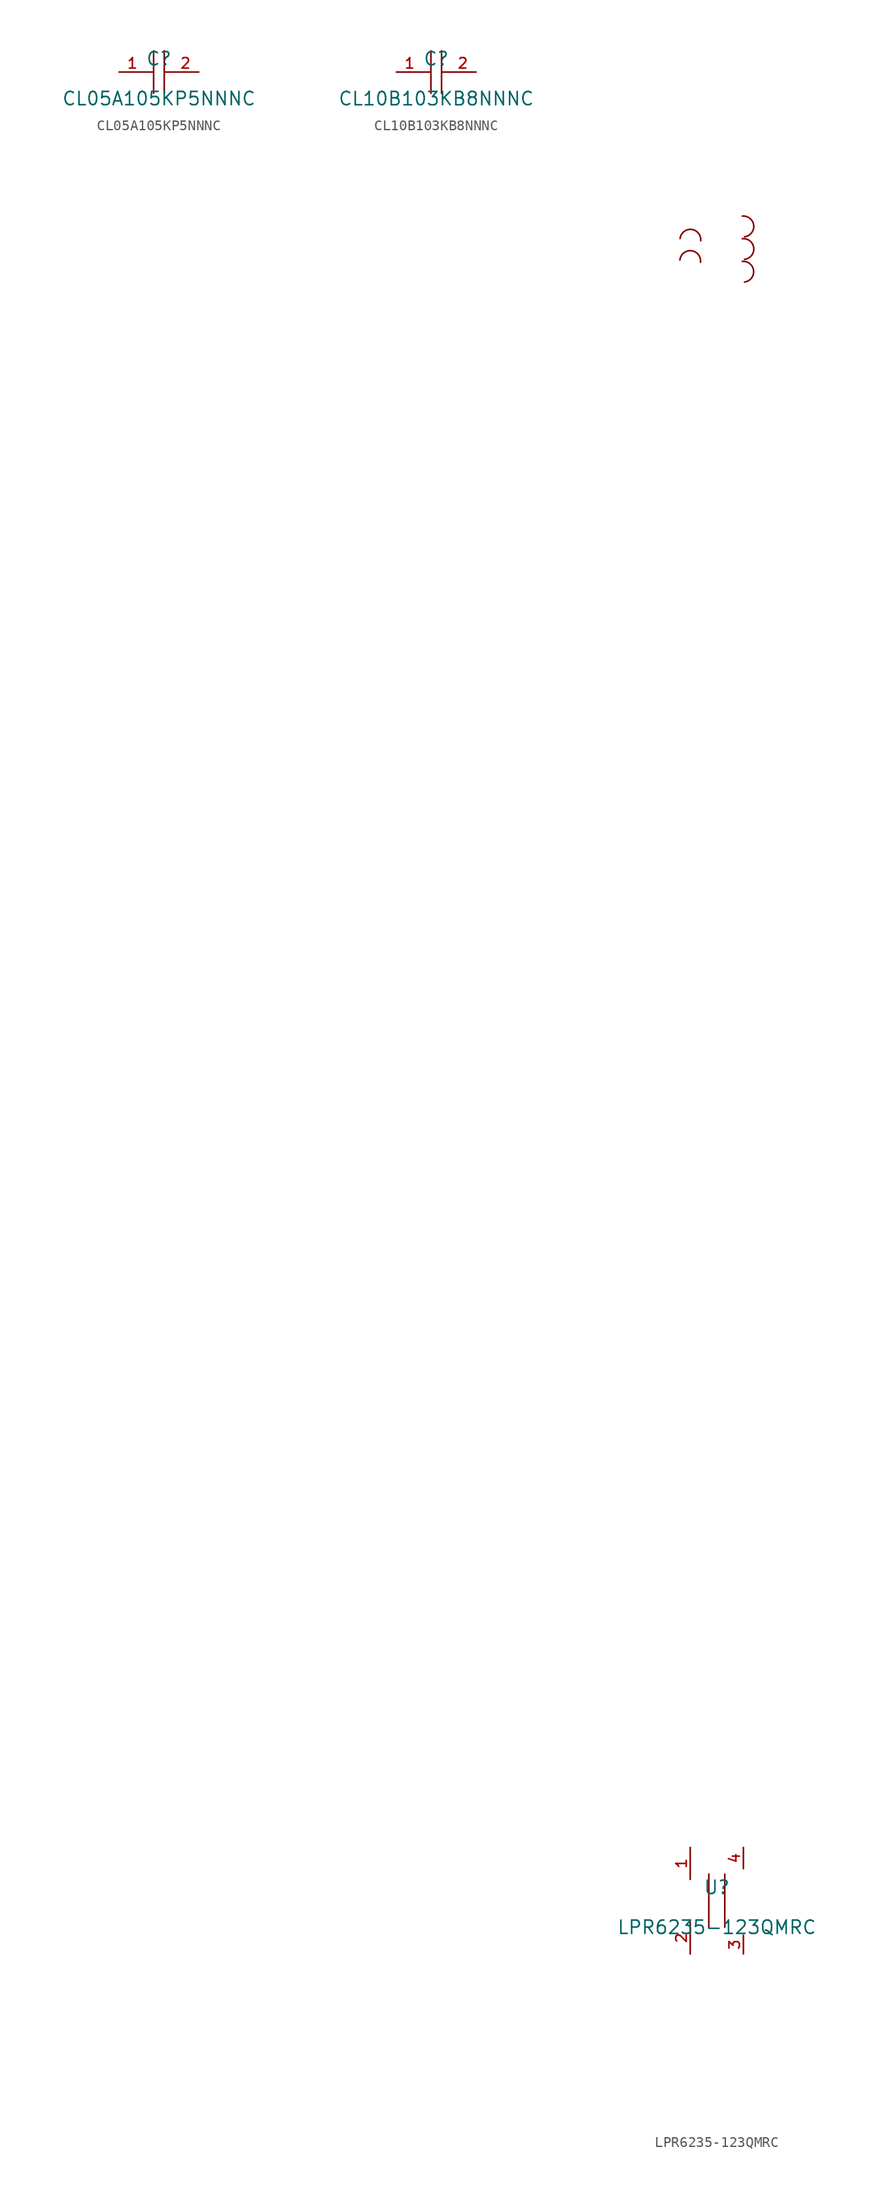
<source format=kicad_sym>
(kicad_symbol_lib
  (version 20210201)
  (generator TousstNicolas/JLC2KiCad_lib)
  (symbol "CL05A105KP5NNNC"
    (pin_names hide)
    (property "Reference" "C"
      (at 0 1.27 0)
      (effects (font (size 1.27 1.27))))
    (property "Value" "CL05A105KP5NNNC"
      (at 0 -2.54 0)
      (effects (font (size 1.27 1.27))))
    (symbol "CL05A105KP5NNNC_0_1"
      (polyline (pts (xy -0.508 2.032) (xy -0.508 -2.032)) (stroke (width 0) (type default) (color 0 0 0 0)) (fill (type none)))
      (polyline (pts (xy 0.508 2.032) (xy 0.508 -2.032)) (stroke (width 0) (type default) (color 0 0 0 0)) (fill (type none)))
      (pin input line (at -3.81 -0.0 0) (length 2.54) (name "1" (effects (font (size 1 1)))) (number "1" (effects (font (size 1 1)))))
      (pin input line (at 3.81 -0.0 180) (length 2.54) (name "2" (effects (font (size 1 1)))) (number "2" (effects (font (size 1 1)))))
      (polyline (pts (xy -1.27 -0.0) (xy -0.508 -0.0)) (stroke (width 0) (type default) (color 0 0 0 0)) (fill (type none)))
      (polyline (pts (xy 0.508 -0.0) (xy 1.27 -0.0)) (stroke (width 0) (type default) (color 0 0 0 0)) (fill (type none)))))
  (symbol "CL10B103KB8NNNC"
    (pin_names hide)
    (property "Reference" "C"
      (at 0 1.27 0)
      (effects (font (size 1.27 1.27))))
    (property "Value" "CL10B103KB8NNNC"
      (at 0 -2.54 0)
      (effects (font (size 1.27 1.27))))
    (symbol "CL10B103KB8NNNC_0_1"
      (polyline (pts (xy -0.508 2.032) (xy -0.508 -2.032)) (stroke (width 0) (type default) (color 0 0 0 0)) (fill (type none)))
      (polyline (pts (xy 0.508 2.032) (xy 0.508 -2.032)) (stroke (width 0) (type default) (color 0 0 0 0)) (fill (type none)))
      (pin input line (at -3.81 -0.0 0) (length 2.54) (name "1" (effects (font (size 1 1)))) (number "1" (effects (font (size 1 1)))))
      (pin input line (at 3.81 -0.0 180) (length 2.54) (name "2" (effects (font (size 1 1)))) (number "2" (effects (font (size 1 1)))))
      (polyline (pts (xy -1.27 -0.0) (xy -0.508 -0.0)) (stroke (width 0) (type default) (color 0 0 0 0)) (fill (type none)))
      (polyline (pts (xy 0.508 -0.0) (xy 1.27 -0.0)) (stroke (width 0) (type default) (color 0 0 0 0)) (fill (type none)))))
  (symbol "LPR6235-123QMRC"
    (pin_names hide)
    (property "Reference" "U"
      (at 0 1.27 0)
      (effects (font (size 1.27 1.27))))
    (property "Value" "LPR6235-123QMRC"
      (at 0 -2.54 0)
      (effects (font (size 1.27 1.27))))
    (symbol "LPR6235-123QMRC_0_1"
      (pin unspecified line (at 2.54 -5.08 90) (length 1.778) (name "3" (effects (font (size 1 1)))) (number "3" (effects (font (size 1 1)))))
      (pin unspecified line (at -2.54 -5.08 90) (length 3.048) (name "2" (effects (font (size 1 1)))) (number "2" (effects (font (size 1 1)))))
      (polyline (pts (xy -0.762 2.54) (xy -0.762 -2.54)) (stroke (width 0) (type default) (color 0 0 0 0)) (fill (type none)))
      (polyline (pts (xy 0.762 2.54) (xy 0.762 -2.54)) (stroke (width 0) (type default) (color 0 0 0 0)) (fill (type none)))
      (arc (start 2.648251348727195 154.46880605995386) (mid 3.525097933744127 155.5613831315391) (end 2.4325208529198177 156.43822970504385) (stroke (width 0) (type default) (color 0 0 0 0)) (fill (type none)))
      (arc (start 2.648251348727195 156.63212838659854) (mid 3.525097933744127 157.72470545818373) (end 2.4325208529198177 158.60155203168853) (stroke (width 0) (type default) (color 0 0 0 0)) (fill (type none)))
      (arc (start 2.648859962533004 158.78681179477834) (mid 3.525735838283936 159.87936536539803) (end 2.43318225166114 160.75624122120973) (stroke (width 0) (type default) (color 0 0 0 0)) (fill (type none)))
      (arc (start -1.537894264847679 158.401024810726) (mid -2.4147408627684714 159.49360187587519) (end -3.5073179148515963 158.61675526167372) (stroke (width 0) (type default) (color 0 0 0 0)) (fill (type none)))
      (arc (start -1.55567428751759 156.3520027056082) (mid -2.4325208840466934 157.44457976795437) (end -3.525097937153765 156.56773315991305) (stroke (width 0) (type default) (color 0 0 0 0)) (fill (type none)))
      (pin unspecified line (at -2.54 5.08 270) (length 3.048) (name "1" (effects (font (size 1 1)))) (number "1" (effects (font (size 1 1)))))
      (pin unspecified line (at 2.54 5.08 270) (length 2.032) (name "4" (effects (font (size 1 1)))) (number "4" (effects (font (size 1 1))))))))
</source>
